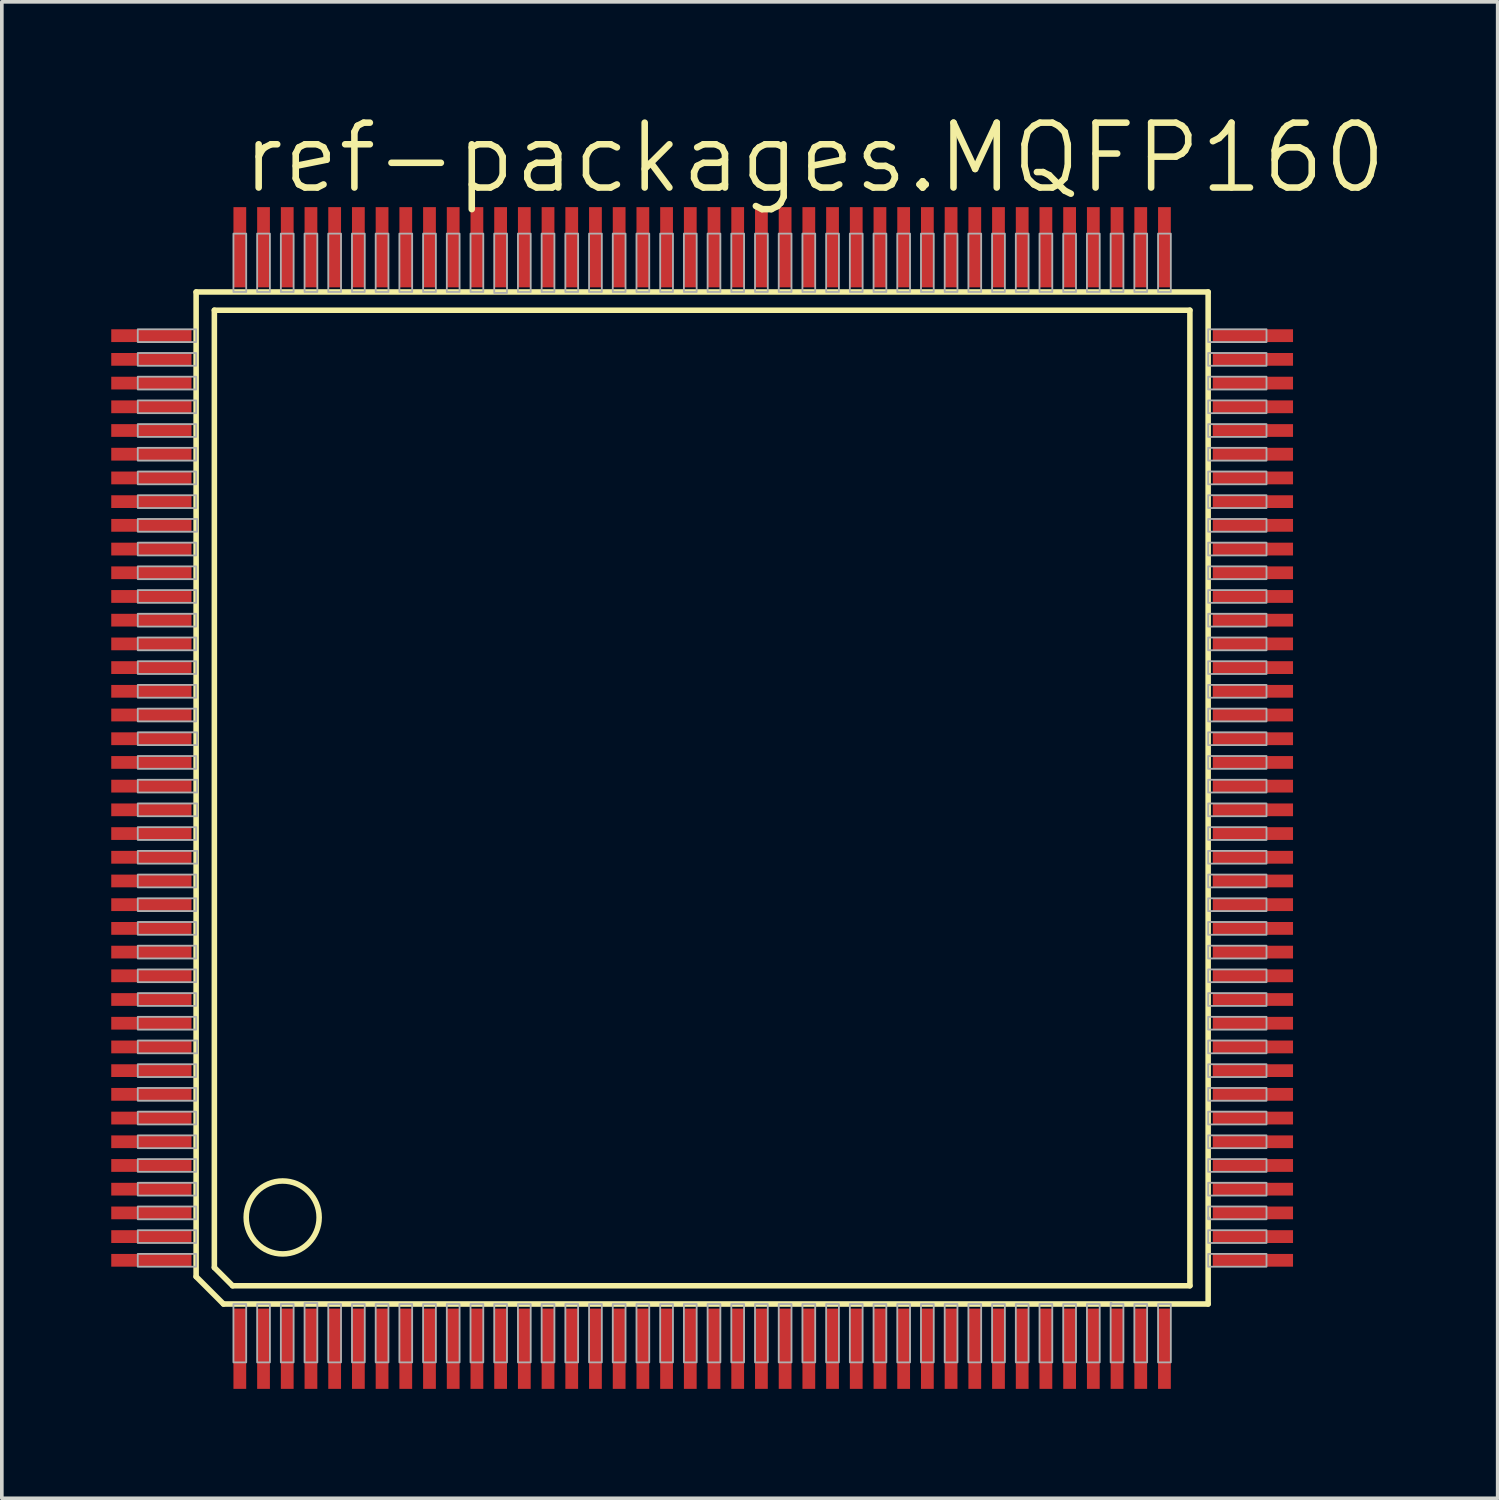
<source format=kicad_pcb>
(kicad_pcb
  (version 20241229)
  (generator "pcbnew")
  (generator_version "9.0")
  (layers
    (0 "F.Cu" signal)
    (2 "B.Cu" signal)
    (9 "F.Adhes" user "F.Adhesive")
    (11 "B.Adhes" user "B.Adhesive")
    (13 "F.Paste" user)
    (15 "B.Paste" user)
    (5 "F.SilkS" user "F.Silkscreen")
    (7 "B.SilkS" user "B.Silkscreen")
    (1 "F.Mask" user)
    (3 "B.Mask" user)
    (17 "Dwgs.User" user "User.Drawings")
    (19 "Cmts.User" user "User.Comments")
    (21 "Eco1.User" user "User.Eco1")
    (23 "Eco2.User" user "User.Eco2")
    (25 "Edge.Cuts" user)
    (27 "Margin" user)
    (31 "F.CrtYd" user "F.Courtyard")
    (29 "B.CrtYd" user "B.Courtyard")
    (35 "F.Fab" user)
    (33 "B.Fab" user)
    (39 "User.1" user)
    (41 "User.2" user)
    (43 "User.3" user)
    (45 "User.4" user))
  (footprint "ref-packages.MQFP160"
    (layer "F.Cu")
    (at 16.2 18.828)
    (property "Reference" "ref-packages.MQFP160" (at -12.7 -16.51 0) (layer "F.SilkS") (effects (font (size 1.778 1.778) (thickness 0.18)) (justify left bottom)))
    (attr smd)
    (fp_line (start -13.873 -13.873) (end -13.873 13.123) (stroke (width 0.152) (type default)) (layer "F.SilkS"))
    (fp_line (start -13.873 13.123) (end -13.123 13.873) (stroke (width 0.152) (type default)) (layer "F.SilkS"))
    (fp_line (start -13.373 -13.373) (end 13.373 -13.373) (stroke (width 0.152) (type default)) (layer "F.SilkS"))
    (fp_line (start -13.373 12.873) (end -13.373 -13.373) (stroke (width 0.152) (type default)) (layer "F.SilkS"))
    (fp_line (start -13.123 13.873) (end 13.873 13.873) (stroke (width 0.152) (type default)) (layer "F.SilkS"))
    (fp_line (start -12.873 13.373) (end -13.373 12.873) (stroke (width 0.152) (type default)) (layer "F.SilkS"))
    (fp_line (start 13.373 -13.373) (end 13.373 13.373) (stroke (width 0.152) (type default)) (layer "F.SilkS"))
    (fp_line (start 13.373 13.373) (end -12.873 13.373) (stroke (width 0.152) (type default)) (layer "F.SilkS"))
    (fp_line (start 13.873 -13.873) (end -13.873 -13.873) (stroke (width 0.152) (type default)) (layer "F.SilkS"))
    (fp_line (start 13.873 13.873) (end 13.873 -13.873) (stroke (width 0.152) (type default)) (layer "F.SilkS"))
    (fp_circle (center -11.5 11.5) (end -10.5 11.5) (stroke (width 0.152) (type default)) (fill no) (layer "F.SilkS"))
    (fp_rect (start -15.473 -12.5) (end -13.873 -12.85) (stroke (width 0.05) (type default)) (fill no) (layer "F.Fab"))
    (fp_rect (start -15.473 -11.85) (end -13.873 -12.2) (stroke (width 0.05) (type default)) (fill no) (layer "F.Fab"))
    (fp_rect (start -15.473 -11.2) (end -13.873 -11.55) (stroke (width 0.05) (type default)) (fill no) (layer "F.Fab"))
    (fp_rect (start -15.473 -10.55) (end -13.873 -10.9) (stroke (width 0.05) (type default)) (fill no) (layer "F.Fab"))
    (fp_rect (start -15.473 -9.9) (end -13.873 -10.25) (stroke (width 0.05) (type default)) (fill no) (layer "F.Fab"))
    (fp_rect (start -15.473 -9.25) (end -13.873 -9.6) (stroke (width 0.05) (type default)) (fill no) (layer "F.Fab"))
    (fp_rect (start -15.473 -8.6) (end -13.873 -8.95) (stroke (width 0.05) (type default)) (fill no) (layer "F.Fab"))
    (fp_rect (start -15.473 -7.95) (end -13.873 -8.3) (stroke (width 0.05) (type default)) (fill no) (layer "F.Fab"))
    (fp_rect (start -15.473 -7.3) (end -13.848 -7.65) (stroke (width 0.05) (type default)) (fill no) (layer "F.Fab"))
    (fp_rect (start -15.473 -6.65) (end -13.873 -7) (stroke (width 0.05) (type default)) (fill no) (layer "F.Fab"))
    (fp_rect (start -15.473 -6) (end -13.873 -6.35) (stroke (width 0.05) (type default)) (fill no) (layer "F.Fab"))
    (fp_rect (start -15.473 -5.35) (end -13.873 -5.7) (stroke (width 0.05) (type default)) (fill no) (layer "F.Fab"))
    (fp_rect (start -15.473 -4.7) (end -13.873 -5.05) (stroke (width 0.05) (type default)) (fill no) (layer "F.Fab"))
    (fp_rect (start -15.473 -4.05) (end -13.873 -4.4) (stroke (width 0.05) (type default)) (fill no) (layer "F.Fab"))
    (fp_rect (start -15.473 -3.4) (end -13.873 -3.75) (stroke (width 0.05) (type default)) (fill no) (layer "F.Fab"))
    (fp_rect (start -15.473 -2.75) (end -13.873 -3.1) (stroke (width 0.05) (type default)) (fill no) (layer "F.Fab"))
    (fp_rect (start -15.473 -2.1) (end -13.873 -2.45) (stroke (width 0.05) (type default)) (fill no) (layer "F.Fab"))
    (fp_rect (start -15.473 -1.45) (end -13.848 -1.8) (stroke (width 0.05) (type default)) (fill no) (layer "F.Fab"))
    (fp_rect (start -15.473 -0.8) (end -13.873 -1.15) (stroke (width 0.05) (type default)) (fill no) (layer "F.Fab"))
    (fp_rect (start -15.473 -0.15) (end -13.848 -0.5) (stroke (width 0.05) (type default)) (fill no) (layer "F.Fab"))
    (fp_rect (start -15.473 0.5) (end -13.848 0.15) (stroke (width 0.05) (type default)) (fill no) (layer "F.Fab"))
    (fp_rect (start -15.473 1.15) (end -13.873 0.8) (stroke (width 0.05) (type default)) (fill no) (layer "F.Fab"))
    (fp_rect (start -15.473 1.8) (end -13.848 1.45) (stroke (width 0.05) (type default)) (fill no) (layer "F.Fab"))
    (fp_rect (start -15.473 2.45) (end -13.873 2.1) (stroke (width 0.05) (type default)) (fill no) (layer "F.Fab"))
    (fp_rect (start -15.473 3.1) (end -13.873 2.75) (stroke (width 0.05) (type default)) (fill no) (layer "F.Fab"))
    (fp_rect (start -15.473 3.75) (end -13.873 3.4) (stroke (width 0.05) (type default)) (fill no) (layer "F.Fab"))
    (fp_rect (start -15.473 4.4) (end -13.873 4.05) (stroke (width 0.05) (type default)) (fill no) (layer "F.Fab"))
    (fp_rect (start -15.473 5.05) (end -13.873 4.7) (stroke (width 0.05) (type default)) (fill no) (layer "F.Fab"))
    (fp_rect (start -15.473 5.7) (end -13.873 5.35) (stroke (width 0.05) (type default)) (fill no) (layer "F.Fab"))
    (fp_rect (start -15.473 6.35) (end -13.873 6) (stroke (width 0.05) (type default)) (fill no) (layer "F.Fab"))
    (fp_rect (start -15.473 7) (end -13.848 6.65) (stroke (width 0.05) (type default)) (fill no) (layer "F.Fab"))
    (fp_rect (start -15.473 7.65) (end -13.873 7.3) (stroke (width 0.05) (type default)) (fill no) (layer "F.Fab"))
    (fp_rect (start -15.473 8.3) (end -13.873 7.95) (stroke (width 0.05) (type default)) (fill no) (layer "F.Fab"))
    (fp_rect (start -15.473 8.95) (end -13.873 8.6) (stroke (width 0.05) (type default)) (fill no) (layer "F.Fab"))
    (fp_rect (start -15.473 9.6) (end -13.873 9.25) (stroke (width 0.05) (type default)) (fill no) (layer "F.Fab"))
    (fp_rect (start -15.473 10.25) (end -13.873 9.9) (stroke (width 0.05) (type default)) (fill no) (layer "F.Fab"))
    (fp_rect (start -15.473 10.9) (end -13.873 10.55) (stroke (width 0.05) (type default)) (fill no) (layer "F.Fab"))
    (fp_rect (start -15.473 11.55) (end -13.873 11.2) (stroke (width 0.05) (type default)) (fill no) (layer "F.Fab"))
    (fp_rect (start -15.473 12.2) (end -13.873 11.85) (stroke (width 0.05) (type default)) (fill no) (layer "F.Fab"))
    (fp_rect (start -15.473 12.85) (end -13.873 12.5) (stroke (width 0.05) (type default)) (fill no) (layer "F.Fab"))
    (fp_rect (start -12.85 -13.873) (end -12.5 -15.473) (stroke (width 0.05) (type default)) (fill no) (layer "F.Fab"))
    (fp_rect (start -12.85 15.473) (end -12.5 13.873) (stroke (width 0.05) (type default)) (fill no) (layer "F.Fab"))
    (fp_rect (start -12.2 -13.873) (end -11.85 -15.473) (stroke (width 0.05) (type default)) (fill no) (layer "F.Fab"))
    (fp_rect (start -12.2 15.473) (end -11.85 13.873) (stroke (width 0.05) (type default)) (fill no) (layer "F.Fab"))
    (fp_rect (start -11.55 -13.873) (end -11.2 -15.473) (stroke (width 0.05) (type default)) (fill no) (layer "F.Fab"))
    (fp_rect (start -11.55 15.473) (end -11.2 13.873) (stroke (width 0.05) (type default)) (fill no) (layer "F.Fab"))
    (fp_rect (start -10.9 -13.873) (end -10.55 -15.473) (stroke (width 0.05) (type default)) (fill no) (layer "F.Fab"))
    (fp_rect (start -10.9 15.473) (end -10.55 13.848) (stroke (width 0.05) (type default)) (fill no) (layer "F.Fab"))
    (fp_rect (start -10.25 -13.873) (end -9.9 -15.473) (stroke (width 0.05) (type default)) (fill no) (layer "F.Fab"))
    (fp_rect (start -10.25 15.473) (end -9.9 13.873) (stroke (width 0.05) (type default)) (fill no) (layer "F.Fab"))
    (fp_rect (start -9.6 -13.873) (end -9.25 -15.473) (stroke (width 0.05) (type default)) (fill no) (layer "F.Fab"))
    (fp_rect (start -9.6 15.473) (end -9.25 13.873) (stroke (width 0.05) (type default)) (fill no) (layer "F.Fab"))
    (fp_rect (start -8.95 -13.873) (end -8.6 -15.473) (stroke (width 0.05) (type default)) (fill no) (layer "F.Fab"))
    (fp_rect (start -8.95 15.473) (end -8.6 13.873) (stroke (width 0.05) (type default)) (fill no) (layer "F.Fab"))
    (fp_rect (start -8.3 -13.873) (end -7.95 -15.473) (stroke (width 0.05) (type default)) (fill no) (layer "F.Fab"))
    (fp_rect (start -8.3 15.473) (end -7.95 13.873) (stroke (width 0.05) (type default)) (fill no) (layer "F.Fab"))
    (fp_rect (start -7.65 -13.873) (end -7.3 -15.473) (stroke (width 0.05) (type default)) (fill no) (layer "F.Fab"))
    (fp_rect (start -7.65 15.473) (end -7.3 13.873) (stroke (width 0.05) (type default)) (fill no) (layer "F.Fab"))
    (fp_rect (start -7 -13.873) (end -6.65 -15.473) (stroke (width 0.05) (type default)) (fill no) (layer "F.Fab"))
    (fp_rect (start -7 15.473) (end -6.65 13.873) (stroke (width 0.05) (type default)) (fill no) (layer "F.Fab"))
    (fp_rect (start -6.35 -13.873) (end -6 -15.473) (stroke (width 0.05) (type default)) (fill no) (layer "F.Fab"))
    (fp_rect (start -6.35 15.473) (end -6 13.873) (stroke (width 0.05) (type default)) (fill no) (layer "F.Fab"))
    (fp_rect (start -5.7 -13.848) (end -5.35 -15.473) (stroke (width 0.05) (type default)) (fill no) (layer "F.Fab"))
    (fp_rect (start -5.7 15.473) (end -5.35 13.873) (stroke (width 0.05) (type default)) (fill no) (layer "F.Fab"))
    (fp_rect (start -5.05 -13.873) (end -4.7 -15.473) (stroke (width 0.05) (type default)) (fill no) (layer "F.Fab"))
    (fp_rect (start -5.05 15.473) (end -4.7 13.873) (stroke (width 0.05) (type default)) (fill no) (layer "F.Fab"))
    (fp_rect (start -4.4 -13.873) (end -4.05 -15.473) (stroke (width 0.05) (type default)) (fill no) (layer "F.Fab"))
    (fp_rect (start -4.4 15.473) (end -4.05 13.873) (stroke (width 0.05) (type default)) (fill no) (layer "F.Fab"))
    (fp_rect (start -3.75 -13.873) (end -3.4 -15.473) (stroke (width 0.05) (type default)) (fill no) (layer "F.Fab"))
    (fp_rect (start -3.75 15.473) (end -3.4 13.873) (stroke (width 0.05) (type default)) (fill no) (layer "F.Fab"))
    (fp_rect (start -3.1 -13.873) (end -2.75 -15.473) (stroke (width 0.05) (type default)) (fill no) (layer "F.Fab"))
    (fp_rect (start -3.1 15.473) (end -2.75 13.873) (stroke (width 0.05) (type default)) (fill no) (layer "F.Fab"))
    (fp_rect (start -2.45 -13.873) (end -2.1 -15.473) (stroke (width 0.05) (type default)) (fill no) (layer "F.Fab"))
    (fp_rect (start -2.45 15.473) (end -2.1 13.873) (stroke (width 0.05) (type default)) (fill no) (layer "F.Fab"))
    (fp_rect (start -1.8 -13.873) (end -1.45 -15.473) (stroke (width 0.05) (type default)) (fill no) (layer "F.Fab"))
    (fp_rect (start -1.8 15.473) (end -1.45 13.873) (stroke (width 0.05) (type default)) (fill no) (layer "F.Fab"))
    (fp_rect (start -1.15 -13.873) (end -0.8 -15.473) (stroke (width 0.05) (type default)) (fill no) (layer "F.Fab"))
    (fp_rect (start -1.15 15.473) (end -0.8 13.873) (stroke (width 0.05) (type default)) (fill no) (layer "F.Fab"))
    (fp_rect (start -0.5 -13.873) (end -0.15 -15.473) (stroke (width 0.05) (type default)) (fill no) (layer "F.Fab"))
    (fp_rect (start -0.5 15.473) (end -0.15 13.873) (stroke (width 0.05) (type default)) (fill no) (layer "F.Fab"))
    (fp_rect (start 0.15 -13.873) (end 0.5 -15.473) (stroke (width 0.05) (type default)) (fill no) (layer "F.Fab"))
    (fp_rect (start 0.15 15.473) (end 0.5 13.873) (stroke (width 0.05) (type default)) (fill no) (layer "F.Fab"))
    (fp_rect (start 0.8 -13.873) (end 1.15 -15.473) (stroke (width 0.05) (type default)) (fill no) (layer "F.Fab"))
    (fp_rect (start 0.8 15.473) (end 1.15 13.873) (stroke (width 0.05) (type default)) (fill no) (layer "F.Fab"))
    (fp_rect (start 1.45 -13.873) (end 1.8 -15.473) (stroke (width 0.05) (type default)) (fill no) (layer "F.Fab"))
    (fp_rect (start 1.45 15.473) (end 1.8 13.873) (stroke (width 0.05) (type default)) (fill no) (layer "F.Fab"))
    (fp_rect (start 2.1 -13.873) (end 2.45 -15.473) (stroke (width 0.05) (type default)) (fill no) (layer "F.Fab"))
    (fp_rect (start 2.1 15.473) (end 2.45 13.873) (stroke (width 0.05) (type default)) (fill no) (layer "F.Fab"))
    (fp_rect (start 2.75 -13.873) (end 3.1 -15.473) (stroke (width 0.05) (type default)) (fill no) (layer "F.Fab"))
    (fp_rect (start 2.75 15.473) (end 3.1 13.873) (stroke (width 0.05) (type default)) (fill no) (layer "F.Fab"))
    (fp_rect (start 3.4 -13.873) (end 3.75 -15.473) (stroke (width 0.05) (type default)) (fill no) (layer "F.Fab"))
    (fp_rect (start 3.4 15.473) (end 3.75 13.873) (stroke (width 0.05) (type default)) (fill no) (layer "F.Fab"))
    (fp_rect (start 4.05 -13.873) (end 4.4 -15.473) (stroke (width 0.05) (type default)) (fill no) (layer "F.Fab"))
    (fp_rect (start 4.05 15.473) (end 4.4 13.873) (stroke (width 0.05) (type default)) (fill no) (layer "F.Fab"))
    (fp_rect (start 4.7 -13.873) (end 5.05 -15.473) (stroke (width 0.05) (type default)) (fill no) (layer "F.Fab"))
    (fp_rect (start 4.7 15.473) (end 5.05 13.873) (stroke (width 0.05) (type default)) (fill no) (layer "F.Fab"))
    (fp_rect (start 5.35 -13.873) (end 5.7 -15.473) (stroke (width 0.05) (type default)) (fill no) (layer "F.Fab"))
    (fp_rect (start 5.35 15.473) (end 5.7 13.873) (stroke (width 0.05) (type default)) (fill no) (layer "F.Fab"))
    (fp_rect (start 6 -13.873) (end 6.35 -15.473) (stroke (width 0.05) (type default)) (fill no) (layer "F.Fab"))
    (fp_rect (start 6 15.473) (end 6.35 13.873) (stroke (width 0.05) (type default)) (fill no) (layer "F.Fab"))
    (fp_rect (start 6.65 -13.873) (end 7 -15.473) (stroke (width 0.05) (type default)) (fill no) (layer "F.Fab"))
    (fp_rect (start 6.65 15.473) (end 7 13.873) (stroke (width 0.05) (type default)) (fill no) (layer "F.Fab"))
    (fp_rect (start 7.3 -13.873) (end 7.65 -15.473) (stroke (width 0.05) (type default)) (fill no) (layer "F.Fab"))
    (fp_rect (start 7.3 15.473) (end 7.65 13.873) (stroke (width 0.05) (type default)) (fill no) (layer "F.Fab"))
    (fp_rect (start 7.95 -13.873) (end 8.3 -15.473) (stroke (width 0.05) (type default)) (fill no) (layer "F.Fab"))
    (fp_rect (start 7.95 15.473) (end 8.3 13.873) (stroke (width 0.05) (type default)) (fill no) (layer "F.Fab"))
    (fp_rect (start 8.6 -13.873) (end 8.95 -15.473) (stroke (width 0.05) (type default)) (fill no) (layer "F.Fab"))
    (fp_rect (start 8.6 15.473) (end 8.95 13.873) (stroke (width 0.05) (type default)) (fill no) (layer "F.Fab"))
    (fp_rect (start 9.25 -13.873) (end 9.6 -15.473) (stroke (width 0.05) (type default)) (fill no) (layer "F.Fab"))
    (fp_rect (start 9.25 15.473) (end 9.6 13.873) (stroke (width 0.05) (type default)) (fill no) (layer "F.Fab"))
    (fp_rect (start 9.9 -13.873) (end 10.25 -15.473) (stroke (width 0.05) (type default)) (fill no) (layer "F.Fab"))
    (fp_rect (start 9.9 15.473) (end 10.25 13.873) (stroke (width 0.05) (type default)) (fill no) (layer "F.Fab"))
    (fp_rect (start 10.55 -13.873) (end 10.9 -15.473) (stroke (width 0.05) (type default)) (fill no) (layer "F.Fab"))
    (fp_rect (start 10.55 15.473) (end 10.9 13.873) (stroke (width 0.05) (type default)) (fill no) (layer "F.Fab"))
    (fp_rect (start 11.2 -13.873) (end 11.55 -15.473) (stroke (width 0.05) (type default)) (fill no) (layer "F.Fab"))
    (fp_rect (start 11.2 13.873) (end 11.225 13.848) (stroke (width 0.05) (type default)) (fill no) (layer "F.Fab"))
    (fp_rect (start 11.2 15.473) (end 11.55 13.873) (stroke (width 0.05) (type default)) (fill no) (layer "F.Fab"))
    (fp_rect (start 11.85 -13.873) (end 12.2 -15.473) (stroke (width 0.05) (type default)) (fill no) (layer "F.Fab"))
    (fp_rect (start 11.85 15.473) (end 12.2 13.873) (stroke (width 0.05) (type default)) (fill no) (layer "F.Fab"))
    (fp_rect (start 12.5 -13.873) (end 12.85 -15.473) (stroke (width 0.05) (type default)) (fill no) (layer "F.Fab"))
    (fp_rect (start 12.5 15.473) (end 12.85 13.873) (stroke (width 0.05) (type default)) (fill no) (layer "F.Fab"))
    (fp_rect (start 13.873 -12.5) (end 15.473 -12.85) (stroke (width 0.05) (type default)) (fill no) (layer "F.Fab"))
    (fp_rect (start 13.873 -11.85) (end 15.473 -12.2) (stroke (width 0.05) (type default)) (fill no) (layer "F.Fab"))
    (fp_rect (start 13.873 -11.2) (end 15.473 -11.55) (stroke (width 0.05) (type default)) (fill no) (layer "F.Fab"))
    (fp_rect (start 13.873 -10.55) (end 15.473 -10.9) (stroke (width 0.05) (type default)) (fill no) (layer "F.Fab"))
    (fp_rect (start 13.873 -9.9) (end 15.473 -10.25) (stroke (width 0.05) (type default)) (fill no) (layer "F.Fab"))
    (fp_rect (start 13.873 -9.25) (end 15.473 -9.6) (stroke (width 0.05) (type default)) (fill no) (layer "F.Fab"))
    (fp_rect (start 13.873 -8.6) (end 15.473 -8.95) (stroke (width 0.05) (type default)) (fill no) (layer "F.Fab"))
    (fp_rect (start 13.873 -7.95) (end 15.473 -8.3) (stroke (width 0.05) (type default)) (fill no) (layer "F.Fab"))
    (fp_rect (start 13.873 -7.3) (end 15.473 -7.65) (stroke (width 0.05) (type default)) (fill no) (layer "F.Fab"))
    (fp_rect (start 13.873 -6.65) (end 15.473 -7) (stroke (width 0.05) (type default)) (fill no) (layer "F.Fab"))
    (fp_rect (start 13.873 -6) (end 15.473 -6.35) (stroke (width 0.05) (type default)) (fill no) (layer "F.Fab"))
    (fp_rect (start 13.873 -5.35) (end 15.473 -5.7) (stroke (width 0.05) (type default)) (fill no) (layer "F.Fab"))
    (fp_rect (start 13.873 -4.7) (end 15.473 -5.05) (stroke (width 0.05) (type default)) (fill no) (layer "F.Fab"))
    (fp_rect (start 13.873 -4.05) (end 15.473 -4.4) (stroke (width 0.05) (type default)) (fill no) (layer "F.Fab"))
    (fp_rect (start 13.873 -3.4) (end 15.473 -3.75) (stroke (width 0.05) (type default)) (fill no) (layer "F.Fab"))
    (fp_rect (start 13.873 -2.75) (end 15.473 -3.1) (stroke (width 0.05) (type default)) (fill no) (layer "F.Fab"))
    (fp_rect (start 13.873 -2.1) (end 15.473 -2.45) (stroke (width 0.05) (type default)) (fill no) (layer "F.Fab"))
    (fp_rect (start 13.873 -1.45) (end 15.473 -1.8) (stroke (width 0.05) (type default)) (fill no) (layer "F.Fab"))
    (fp_rect (start 13.873 -0.8) (end 15.473 -1.15) (stroke (width 0.05) (type default)) (fill no) (layer "F.Fab"))
    (fp_rect (start 13.873 -0.15) (end 15.473 -0.5) (stroke (width 0.05) (type default)) (fill no) (layer "F.Fab"))
    (fp_rect (start 13.873 0.5) (end 15.473 0.15) (stroke (width 0.05) (type default)) (fill no) (layer "F.Fab"))
    (fp_rect (start 13.873 1.15) (end 15.473 0.8) (stroke (width 0.05) (type default)) (fill no) (layer "F.Fab"))
    (fp_rect (start 13.873 1.8) (end 15.473 1.45) (stroke (width 0.05) (type default)) (fill no) (layer "F.Fab"))
    (fp_rect (start 13.873 2.45) (end 15.473 2.1) (stroke (width 0.05) (type default)) (fill no) (layer "F.Fab"))
    (fp_rect (start 13.873 3.1) (end 15.473 2.75) (stroke (width 0.05) (type default)) (fill no) (layer "F.Fab"))
    (fp_rect (start 13.873 3.75) (end 15.473 3.4) (stroke (width 0.05) (type default)) (fill no) (layer "F.Fab"))
    (fp_rect (start 13.873 4.4) (end 15.473 4.05) (stroke (width 0.05) (type default)) (fill no) (layer "F.Fab"))
    (fp_rect (start 13.873 5.05) (end 15.473 4.7) (stroke (width 0.05) (type default)) (fill no) (layer "F.Fab"))
    (fp_rect (start 13.873 5.7) (end 15.473 5.35) (stroke (width 0.05) (type default)) (fill no) (layer "F.Fab"))
    (fp_rect (start 13.873 6.35) (end 15.473 6) (stroke (width 0.05) (type default)) (fill no) (layer "F.Fab"))
    (fp_rect (start 13.873 7) (end 15.473 6.65) (stroke (width 0.05) (type default)) (fill no) (layer "F.Fab"))
    (fp_rect (start 13.873 7.65) (end 15.473 7.3) (stroke (width 0.05) (type default)) (fill no) (layer "F.Fab"))
    (fp_rect (start 13.873 8.3) (end 15.473 7.95) (stroke (width 0.05) (type default)) (fill no) (layer "F.Fab"))
    (fp_rect (start 13.873 8.95) (end 15.473 8.6) (stroke (width 0.05) (type default)) (fill no) (layer "F.Fab"))
    (fp_rect (start 13.873 9.6) (end 15.473 9.25) (stroke (width 0.05) (type default)) (fill no) (layer "F.Fab"))
    (fp_rect (start 13.873 10.25) (end 15.473 9.9) (stroke (width 0.05) (type default)) (fill no) (layer "F.Fab"))
    (fp_rect (start 13.873 10.9) (end 15.473 10.55) (stroke (width 0.05) (type default)) (fill no) (layer "F.Fab"))
    (fp_rect (start 13.873 11.525) (end 13.898 11.5) (stroke (width 0.05) (type default)) (fill no) (layer "F.Fab"))
    (fp_rect (start 13.873 11.55) (end 15.473 11.2) (stroke (width 0.05) (type default)) (fill no) (layer "F.Fab"))
    (fp_rect (start 13.873 12.2) (end 15.473 11.85) (stroke (width 0.05) (type default)) (fill no) (layer "F.Fab"))
    (fp_rect (start 13.873 12.85) (end 15.473 12.5) (stroke (width 0.05) (type default)) (fill no) (layer "F.Fab"))
    (pad "1" smd roundrect (at -12.675 15.1) (size 0.35 2.2) (layers "F.Cu" "F.Mask" "F.Paste") (roundrect_rratio 0.01))
    (pad "2" smd roundrect (at -12.025 15.1) (size 0.35 2.2) (layers "F.Cu" "F.Mask" "F.Paste") (roundrect_rratio 0.01))
    (pad "3" smd roundrect (at -11.375 15.1) (size 0.35 2.2) (layers "F.Cu" "F.Mask" "F.Paste") (roundrect_rratio 0.01))
    (pad "4" smd roundrect (at -10.725 15.1) (size 0.35 2.2) (layers "F.Cu" "F.Mask" "F.Paste") (roundrect_rratio 0.01))
    (pad "5" smd roundrect (at -10.075 15.1) (size 0.35 2.2) (layers "F.Cu" "F.Mask" "F.Paste") (roundrect_rratio 0.01))
    (pad "6" smd roundrect (at -9.425 15.1) (size 0.35 2.2) (layers "F.Cu" "F.Mask" "F.Paste") (roundrect_rratio 0.01))
    (pad "7" smd roundrect (at -8.775 15.1) (size 0.35 2.2) (layers "F.Cu" "F.Mask" "F.Paste") (roundrect_rratio 0.01))
    (pad "8" smd roundrect (at -8.125 15.1) (size 0.35 2.2) (layers "F.Cu" "F.Mask" "F.Paste") (roundrect_rratio 0.01))
    (pad "9" smd roundrect (at -7.475 15.1) (size 0.35 2.2) (layers "F.Cu" "F.Mask" "F.Paste") (roundrect_rratio 0.01))
    (pad "10" smd roundrect (at -6.825 15.1) (size 0.35 2.2) (layers "F.Cu" "F.Mask" "F.Paste") (roundrect_rratio 0.01))
    (pad "11" smd roundrect (at -6.175 15.1) (size 0.35 2.2) (layers "F.Cu" "F.Mask" "F.Paste") (roundrect_rratio 0.01))
    (pad "12" smd roundrect (at -5.525 15.1) (size 0.35 2.2) (layers "F.Cu" "F.Mask" "F.Paste") (roundrect_rratio 0.01))
    (pad "13" smd roundrect (at -4.875 15.1) (size 0.35 2.2) (layers "F.Cu" "F.Mask" "F.Paste") (roundrect_rratio 0.01))
    (pad "14" smd roundrect (at -4.225 15.1) (size 0.35 2.2) (layers "F.Cu" "F.Mask" "F.Paste") (roundrect_rratio 0.01))
    (pad "15" smd roundrect (at -3.575 15.1) (size 0.35 2.2) (layers "F.Cu" "F.Mask" "F.Paste") (roundrect_rratio 0.01))
    (pad "16" smd roundrect (at -2.925 15.1) (size 0.35 2.2) (layers "F.Cu" "F.Mask" "F.Paste") (roundrect_rratio 0.01))
    (pad "17" smd roundrect (at -2.275 15.1) (size 0.35 2.2) (layers "F.Cu" "F.Mask" "F.Paste") (roundrect_rratio 0.01))
    (pad "18" smd roundrect (at -1.625 15.1) (size 0.35 2.2) (layers "F.Cu" "F.Mask" "F.Paste") (roundrect_rratio 0.01))
    (pad "19" smd roundrect (at -0.975 15.1) (size 0.35 2.2) (layers "F.Cu" "F.Mask" "F.Paste") (roundrect_rratio 0.01))
    (pad "20" smd roundrect (at -0.325 15.1) (size 0.35 2.2) (layers "F.Cu" "F.Mask" "F.Paste") (roundrect_rratio 0.01))
    (pad "21" smd roundrect (at 0.325 15.1) (size 0.35 2.2) (layers "F.Cu" "F.Mask" "F.Paste") (roundrect_rratio 0.01))
    (pad "22" smd roundrect (at 0.975 15.1) (size 0.35 2.2) (layers "F.Cu" "F.Mask" "F.Paste") (roundrect_rratio 0.01))
    (pad "23" smd roundrect (at 1.625 15.1) (size 0.35 2.2) (layers "F.Cu" "F.Mask" "F.Paste") (roundrect_rratio 0.01))
    (pad "24" smd roundrect (at 2.275 15.1) (size 0.35 2.2) (layers "F.Cu" "F.Mask" "F.Paste") (roundrect_rratio 0.01))
    (pad "25" smd roundrect (at 2.925 15.1) (size 0.35 2.2) (layers "F.Cu" "F.Mask" "F.Paste") (roundrect_rratio 0.01))
    (pad "26" smd roundrect (at 3.575 15.1) (size 0.35 2.2) (layers "F.Cu" "F.Mask" "F.Paste") (roundrect_rratio 0.01))
    (pad "27" smd roundrect (at 4.225 15.1) (size 0.35 2.2) (layers "F.Cu" "F.Mask" "F.Paste") (roundrect_rratio 0.01))
    (pad "28" smd roundrect (at 4.875 15.1) (size 0.35 2.2) (layers "F.Cu" "F.Mask" "F.Paste") (roundrect_rratio 0.01))
    (pad "29" smd roundrect (at 5.525 15.1) (size 0.35 2.2) (layers "F.Cu" "F.Mask" "F.Paste") (roundrect_rratio 0.01))
    (pad "30" smd roundrect (at 6.175 15.1) (size 0.35 2.2) (layers "F.Cu" "F.Mask" "F.Paste") (roundrect_rratio 0.01))
    (pad "31" smd roundrect (at 6.825 15.1) (size 0.35 2.2) (layers "F.Cu" "F.Mask" "F.Paste") (roundrect_rratio 0.01))
    (pad "32" smd roundrect (at 7.475 15.1) (size 0.35 2.2) (layers "F.Cu" "F.Mask" "F.Paste") (roundrect_rratio 0.01))
    (pad "33" smd roundrect (at 8.125 15.1) (size 0.35 2.2) (layers "F.Cu" "F.Mask" "F.Paste") (roundrect_rratio 0.01))
    (pad "34" smd roundrect (at 8.775 15.1) (size 0.35 2.2) (layers "F.Cu" "F.Mask" "F.Paste") (roundrect_rratio 0.01))
    (pad "35" smd roundrect (at 9.425 15.1) (size 0.35 2.2) (layers "F.Cu" "F.Mask" "F.Paste") (roundrect_rratio 0.01))
    (pad "36" smd roundrect (at 10.075 15.1) (size 0.35 2.2) (layers "F.Cu" "F.Mask" "F.Paste") (roundrect_rratio 0.01))
    (pad "37" smd roundrect (at 10.725 15.1) (size 0.35 2.2) (layers "F.Cu" "F.Mask" "F.Paste") (roundrect_rratio 0.01))
    (pad "38" smd roundrect (at 11.375 15.1) (size 0.35 2.2) (layers "F.Cu" "F.Mask" "F.Paste") (roundrect_rratio 0.01))
    (pad "39" smd roundrect (at 12.025 15.1) (size 0.35 2.2) (layers "F.Cu" "F.Mask" "F.Paste") (roundrect_rratio 0.01))
    (pad "40" smd roundrect (at 12.675 15.1) (size 0.35 2.2) (layers "F.Cu" "F.Mask" "F.Paste") (roundrect_rratio 0.01))
    (pad "41" smd roundrect (at 15.1 12.675) (size 2.2 0.35) (layers "F.Cu" "F.Mask" "F.Paste") (roundrect_rratio 0.01))
    (pad "42" smd roundrect (at 15.1 12.025) (size 2.2 0.35) (layers "F.Cu" "F.Mask" "F.Paste") (roundrect_rratio 0.01))
    (pad "43" smd roundrect (at 15.1 11.375) (size 2.2 0.35) (layers "F.Cu" "F.Mask" "F.Paste") (roundrect_rratio 0.01))
    (pad "44" smd roundrect (at 15.1 10.725) (size 2.2 0.35) (layers "F.Cu" "F.Mask" "F.Paste") (roundrect_rratio 0.01))
    (pad "45" smd roundrect (at 15.1 10.075) (size 2.2 0.35) (layers "F.Cu" "F.Mask" "F.Paste") (roundrect_rratio 0.01))
    (pad "46" smd roundrect (at 15.1 9.425) (size 2.2 0.35) (layers "F.Cu" "F.Mask" "F.Paste") (roundrect_rratio 0.01))
    (pad "47" smd roundrect (at 15.1 8.775) (size 2.2 0.35) (layers "F.Cu" "F.Mask" "F.Paste") (roundrect_rratio 0.01))
    (pad "48" smd roundrect (at 15.1 8.125) (size 2.2 0.35) (layers "F.Cu" "F.Mask" "F.Paste") (roundrect_rratio 0.01))
    (pad "49" smd roundrect (at 15.1 7.475) (size 2.2 0.35) (layers "F.Cu" "F.Mask" "F.Paste") (roundrect_rratio 0.01))
    (pad "50" smd roundrect (at 15.1 6.825) (size 2.2 0.35) (layers "F.Cu" "F.Mask" "F.Paste") (roundrect_rratio 0.01))
    (pad "51" smd roundrect (at 15.1 6.175) (size 2.2 0.35) (layers "F.Cu" "F.Mask" "F.Paste") (roundrect_rratio 0.01))
    (pad "52" smd roundrect (at 15.1 5.525) (size 2.2 0.35) (layers "F.Cu" "F.Mask" "F.Paste") (roundrect_rratio 0.01))
    (pad "53" smd roundrect (at 15.1 4.875) (size 2.2 0.35) (layers "F.Cu" "F.Mask" "F.Paste") (roundrect_rratio 0.01))
    (pad "54" smd roundrect (at 15.1 4.225) (size 2.2 0.35) (layers "F.Cu" "F.Mask" "F.Paste") (roundrect_rratio 0.01))
    (pad "55" smd roundrect (at 15.1 3.575) (size 2.2 0.35) (layers "F.Cu" "F.Mask" "F.Paste") (roundrect_rratio 0.01))
    (pad "56" smd roundrect (at 15.1 2.925) (size 2.2 0.35) (layers "F.Cu" "F.Mask" "F.Paste") (roundrect_rratio 0.01))
    (pad "57" smd roundrect (at 15.1 2.275) (size 2.2 0.35) (layers "F.Cu" "F.Mask" "F.Paste") (roundrect_rratio 0.01))
    (pad "58" smd roundrect (at 15.1 1.625) (size 2.2 0.35) (layers "F.Cu" "F.Mask" "F.Paste") (roundrect_rratio 0.01))
    (pad "59" smd roundrect (at 15.1 0.975) (size 2.2 0.35) (layers "F.Cu" "F.Mask" "F.Paste") (roundrect_rratio 0.01))
    (pad "60" smd roundrect (at 15.1 0.325) (size 2.2 0.35) (layers "F.Cu" "F.Mask" "F.Paste") (roundrect_rratio 0.01))
    (pad "61" smd roundrect (at 15.1 -0.325) (size 2.2 0.35) (layers "F.Cu" "F.Mask" "F.Paste") (roundrect_rratio 0.01))
    (pad "62" smd roundrect (at 15.1 -0.975) (size 2.2 0.35) (layers "F.Cu" "F.Mask" "F.Paste") (roundrect_rratio 0.01))
    (pad "63" smd roundrect (at 15.1 -1.625) (size 2.2 0.35) (layers "F.Cu" "F.Mask" "F.Paste") (roundrect_rratio 0.01))
    (pad "64" smd roundrect (at 15.1 -2.275) (size 2.2 0.35) (layers "F.Cu" "F.Mask" "F.Paste") (roundrect_rratio 0.01))
    (pad "65" smd roundrect (at 15.1 -2.925) (size 2.2 0.35) (layers "F.Cu" "F.Mask" "F.Paste") (roundrect_rratio 0.01))
    (pad "66" smd roundrect (at 15.1 -3.575) (size 2.2 0.35) (layers "F.Cu" "F.Mask" "F.Paste") (roundrect_rratio 0.01))
    (pad "67" smd roundrect (at 15.1 -4.225) (size 2.2 0.35) (layers "F.Cu" "F.Mask" "F.Paste") (roundrect_rratio 0.01))
    (pad "68" smd roundrect (at 15.1 -4.875) (size 2.2 0.35) (layers "F.Cu" "F.Mask" "F.Paste") (roundrect_rratio 0.01))
    (pad "69" smd roundrect (at 15.1 -5.525) (size 2.2 0.35) (layers "F.Cu" "F.Mask" "F.Paste") (roundrect_rratio 0.01))
    (pad "70" smd roundrect (at 15.1 -6.175) (size 2.2 0.35) (layers "F.Cu" "F.Mask" "F.Paste") (roundrect_rratio 0.01))
    (pad "71" smd roundrect (at 15.1 -6.825) (size 2.2 0.35) (layers "F.Cu" "F.Mask" "F.Paste") (roundrect_rratio 0.01))
    (pad "72" smd roundrect (at 15.1 -7.475) (size 2.2 0.35) (layers "F.Cu" "F.Mask" "F.Paste") (roundrect_rratio 0.01))
    (pad "73" smd roundrect (at 15.1 -8.125) (size 2.2 0.35) (layers "F.Cu" "F.Mask" "F.Paste") (roundrect_rratio 0.01))
    (pad "74" smd roundrect (at 15.1 -8.775) (size 2.2 0.35) (layers "F.Cu" "F.Mask" "F.Paste") (roundrect_rratio 0.01))
    (pad "75" smd roundrect (at 15.1 -9.425) (size 2.2 0.35) (layers "F.Cu" "F.Mask" "F.Paste") (roundrect_rratio 0.01))
    (pad "76" smd roundrect (at 15.1 -10.075) (size 2.2 0.35) (layers "F.Cu" "F.Mask" "F.Paste") (roundrect_rratio 0.01))
    (pad "77" smd roundrect (at 15.1 -10.725) (size 2.2 0.35) (layers "F.Cu" "F.Mask" "F.Paste") (roundrect_rratio 0.01))
    (pad "78" smd roundrect (at 15.1 -11.375) (size 2.2 0.35) (layers "F.Cu" "F.Mask" "F.Paste") (roundrect_rratio 0.01))
    (pad "79" smd roundrect (at 15.1 -12.025) (size 2.2 0.35) (layers "F.Cu" "F.Mask" "F.Paste") (roundrect_rratio 0.01))
    (pad "80" smd roundrect (at 15.1 -12.675) (size 2.2 0.35) (layers "F.Cu" "F.Mask" "F.Paste") (roundrect_rratio 0.01))
    (pad "81" smd roundrect (at 12.675 -15.1) (size 0.35 2.2) (layers "F.Cu" "F.Mask" "F.Paste") (roundrect_rratio 0.01))
    (pad "82" smd roundrect (at 12.025 -15.1) (size 0.35 2.2) (layers "F.Cu" "F.Mask" "F.Paste") (roundrect_rratio 0.01))
    (pad "83" smd roundrect (at 11.375 -15.1) (size 0.35 2.2) (layers "F.Cu" "F.Mask" "F.Paste") (roundrect_rratio 0.01))
    (pad "84" smd roundrect (at 10.725 -15.1) (size 0.35 2.2) (layers "F.Cu" "F.Mask" "F.Paste") (roundrect_rratio 0.01))
    (pad "85" smd roundrect (at 10.075 -15.1) (size 0.35 2.2) (layers "F.Cu" "F.Mask" "F.Paste") (roundrect_rratio 0.01))
    (pad "86" smd roundrect (at 9.425 -15.1) (size 0.35 2.2) (layers "F.Cu" "F.Mask" "F.Paste") (roundrect_rratio 0.01))
    (pad "87" smd roundrect (at 8.775 -15.1) (size 0.35 2.2) (layers "F.Cu" "F.Mask" "F.Paste") (roundrect_rratio 0.01))
    (pad "88" smd roundrect (at 8.125 -15.1) (size 0.35 2.2) (layers "F.Cu" "F.Mask" "F.Paste") (roundrect_rratio 0.01))
    (pad "89" smd roundrect (at 7.475 -15.1) (size 0.35 2.2) (layers "F.Cu" "F.Mask" "F.Paste") (roundrect_rratio 0.01))
    (pad "90" smd roundrect (at 6.825 -15.1) (size 0.35 2.2) (layers "F.Cu" "F.Mask" "F.Paste") (roundrect_rratio 0.01))
    (pad "91" smd roundrect (at 6.175 -15.1) (size 0.35 2.2) (layers "F.Cu" "F.Mask" "F.Paste") (roundrect_rratio 0.01))
    (pad "92" smd roundrect (at 5.525 -15.1) (size 0.35 2.2) (layers "F.Cu" "F.Mask" "F.Paste") (roundrect_rratio 0.01))
    (pad "93" smd roundrect (at 4.875 -15.1) (size 0.35 2.2) (layers "F.Cu" "F.Mask" "F.Paste") (roundrect_rratio 0.01))
    (pad "94" smd roundrect (at 4.225 -15.1) (size 0.35 2.2) (layers "F.Cu" "F.Mask" "F.Paste") (roundrect_rratio 0.01))
    (pad "95" smd roundrect (at 3.575 -15.1) (size 0.35 2.2) (layers "F.Cu" "F.Mask" "F.Paste") (roundrect_rratio 0.01))
    (pad "96" smd roundrect (at 2.925 -15.1) (size 0.35 2.2) (layers "F.Cu" "F.Mask" "F.Paste") (roundrect_rratio 0.01))
    (pad "97" smd roundrect (at 2.275 -15.1) (size 0.35 2.2) (layers "F.Cu" "F.Mask" "F.Paste") (roundrect_rratio 0.01))
    (pad "98" smd roundrect (at 1.625 -15.1) (size 0.35 2.2) (layers "F.Cu" "F.Mask" "F.Paste") (roundrect_rratio 0.01))
    (pad "99" smd roundrect (at 0.975 -15.1) (size 0.35 2.2) (layers "F.Cu" "F.Mask" "F.Paste") (roundrect_rratio 0.01))
    (pad "100" smd roundrect (at 0.325 -15.1) (size 0.35 2.2) (layers "F.Cu" "F.Mask" "F.Paste") (roundrect_rratio 0.01))
    (pad "101" smd roundrect (at -0.325 -15.1) (size 0.35 2.2) (layers "F.Cu" "F.Mask" "F.Paste") (roundrect_rratio 0.01))
    (pad "102" smd roundrect (at -0.975 -15.1) (size 0.35 2.2) (layers "F.Cu" "F.Mask" "F.Paste") (roundrect_rratio 0.01))
    (pad "103" smd roundrect (at -1.625 -15.1) (size 0.35 2.2) (layers "F.Cu" "F.Mask" "F.Paste") (roundrect_rratio 0.01))
    (pad "104" smd roundrect (at -2.275 -15.1) (size 0.35 2.2) (layers "F.Cu" "F.Mask" "F.Paste") (roundrect_rratio 0.01))
    (pad "105" smd roundrect (at -2.925 -15.1) (size 0.35 2.2) (layers "F.Cu" "F.Mask" "F.Paste") (roundrect_rratio 0.01))
    (pad "106" smd roundrect (at -3.575 -15.1) (size 0.35 2.2) (layers "F.Cu" "F.Mask" "F.Paste") (roundrect_rratio 0.01))
    (pad "107" smd roundrect (at -4.225 -15.1) (size 0.35 2.2) (layers "F.Cu" "F.Mask" "F.Paste") (roundrect_rratio 0.01))
    (pad "108" smd roundrect (at -4.875 -15.1) (size 0.35 2.2) (layers "F.Cu" "F.Mask" "F.Paste") (roundrect_rratio 0.01))
    (pad "109" smd roundrect (at -5.525 -15.1) (size 0.35 2.2) (layers "F.Cu" "F.Mask" "F.Paste") (roundrect_rratio 0.01))
    (pad "110" smd roundrect (at -6.175 -15.1) (size 0.35 2.2) (layers "F.Cu" "F.Mask" "F.Paste") (roundrect_rratio 0.01))
    (pad "111" smd roundrect (at -6.825 -15.1) (size 0.35 2.2) (layers "F.Cu" "F.Mask" "F.Paste") (roundrect_rratio 0.01))
    (pad "112" smd roundrect (at -7.475 -15.1) (size 0.35 2.2) (layers "F.Cu" "F.Mask" "F.Paste") (roundrect_rratio 0.01))
    (pad "113" smd roundrect (at -8.125 -15.1) (size 0.35 2.2) (layers "F.Cu" "F.Mask" "F.Paste") (roundrect_rratio 0.01))
    (pad "114" smd roundrect (at -8.775 -15.1) (size 0.35 2.2) (layers "F.Cu" "F.Mask" "F.Paste") (roundrect_rratio 0.01))
    (pad "115" smd roundrect (at -9.425 -15.1) (size 0.35 2.2) (layers "F.Cu" "F.Mask" "F.Paste") (roundrect_rratio 0.01))
    (pad "116" smd roundrect (at -10.075 -15.1) (size 0.35 2.2) (layers "F.Cu" "F.Mask" "F.Paste") (roundrect_rratio 0.01))
    (pad "117" smd roundrect (at -10.725 -15.1) (size 0.35 2.2) (layers "F.Cu" "F.Mask" "F.Paste") (roundrect_rratio 0.01))
    (pad "118" smd roundrect (at -11.375 -15.1) (size 0.35 2.2) (layers "F.Cu" "F.Mask" "F.Paste") (roundrect_rratio 0.01))
    (pad "119" smd roundrect (at -12.025 -15.1) (size 0.35 2.2) (layers "F.Cu" "F.Mask" "F.Paste") (roundrect_rratio 0.01))
    (pad "120" smd roundrect (at -12.675 -15.1) (size 0.35 2.2) (layers "F.Cu" "F.Mask" "F.Paste") (roundrect_rratio 0.01))
    (pad "121" smd roundrect (at -15.1 -12.675) (size 2.2 0.35) (layers "F.Cu" "F.Mask" "F.Paste") (roundrect_rratio 0.01))
    (pad "122" smd roundrect (at -15.1 -12.025) (size 2.2 0.35) (layers "F.Cu" "F.Mask" "F.Paste") (roundrect_rratio 0.01))
    (pad "123" smd roundrect (at -15.1 -11.375) (size 2.2 0.35) (layers "F.Cu" "F.Mask" "F.Paste") (roundrect_rratio 0.01))
    (pad "124" smd roundrect (at -15.1 -10.725) (size 2.2 0.35) (layers "F.Cu" "F.Mask" "F.Paste") (roundrect_rratio 0.01))
    (pad "125" smd roundrect (at -15.1 -10.075) (size 2.2 0.35) (layers "F.Cu" "F.Mask" "F.Paste") (roundrect_rratio 0.01))
    (pad "126" smd roundrect (at -15.1 -9.425) (size 2.2 0.35) (layers "F.Cu" "F.Mask" "F.Paste") (roundrect_rratio 0.01))
    (pad "127" smd roundrect (at -15.1 -8.775) (size 2.2 0.35) (layers "F.Cu" "F.Mask" "F.Paste") (roundrect_rratio 0.01))
    (pad "128" smd roundrect (at -15.1 -8.125) (size 2.2 0.35) (layers "F.Cu" "F.Mask" "F.Paste") (roundrect_rratio 0.01))
    (pad "129" smd roundrect (at -15.1 -7.475) (size 2.2 0.35) (layers "F.Cu" "F.Mask" "F.Paste") (roundrect_rratio 0.01))
    (pad "130" smd roundrect (at -15.1 -6.825) (size 2.2 0.35) (layers "F.Cu" "F.Mask" "F.Paste") (roundrect_rratio 0.01))
    (pad "131" smd roundrect (at -15.1 -6.175) (size 2.2 0.35) (layers "F.Cu" "F.Mask" "F.Paste") (roundrect_rratio 0.01))
    (pad "132" smd roundrect (at -15.1 -5.525) (size 2.2 0.35) (layers "F.Cu" "F.Mask" "F.Paste") (roundrect_rratio 0.01))
    (pad "133" smd roundrect (at -15.1 -4.875) (size 2.2 0.35) (layers "F.Cu" "F.Mask" "F.Paste") (roundrect_rratio 0.01))
    (pad "134" smd roundrect (at -15.1 -4.225) (size 2.2 0.35) (layers "F.Cu" "F.Mask" "F.Paste") (roundrect_rratio 0.01))
    (pad "135" smd roundrect (at -15.1 -3.575) (size 2.2 0.35) (layers "F.Cu" "F.Mask" "F.Paste") (roundrect_rratio 0.01))
    (pad "136" smd roundrect (at -15.1 -2.925) (size 2.2 0.35) (layers "F.Cu" "F.Mask" "F.Paste") (roundrect_rratio 0.01))
    (pad "137" smd roundrect (at -15.1 -2.275) (size 2.2 0.35) (layers "F.Cu" "F.Mask" "F.Paste") (roundrect_rratio 0.01))
    (pad "138" smd roundrect (at -15.1 -1.625) (size 2.2 0.35) (layers "F.Cu" "F.Mask" "F.Paste") (roundrect_rratio 0.01))
    (pad "139" smd roundrect (at -15.1 -0.975) (size 2.2 0.35) (layers "F.Cu" "F.Mask" "F.Paste") (roundrect_rratio 0.01))
    (pad "140" smd roundrect (at -15.1 -0.325) (size 2.2 0.35) (layers "F.Cu" "F.Mask" "F.Paste") (roundrect_rratio 0.01))
    (pad "141" smd roundrect (at -15.1 0.325) (size 2.2 0.35) (layers "F.Cu" "F.Mask" "F.Paste") (roundrect_rratio 0.01))
    (pad "142" smd roundrect (at -15.1 0.975) (size 2.2 0.35) (layers "F.Cu" "F.Mask" "F.Paste") (roundrect_rratio 0.01))
    (pad "143" smd roundrect (at -15.1 1.625) (size 2.2 0.35) (layers "F.Cu" "F.Mask" "F.Paste") (roundrect_rratio 0.01))
    (pad "144" smd roundrect (at -15.1 2.275) (size 2.2 0.35) (layers "F.Cu" "F.Mask" "F.Paste") (roundrect_rratio 0.01))
    (pad "145" smd roundrect (at -15.1 2.925) (size 2.2 0.35) (layers "F.Cu" "F.Mask" "F.Paste") (roundrect_rratio 0.01))
    (pad "146" smd roundrect (at -15.1 3.575) (size 2.2 0.35) (layers "F.Cu" "F.Mask" "F.Paste") (roundrect_rratio 0.01))
    (pad "147" smd roundrect (at -15.1 4.225) (size 2.2 0.35) (layers "F.Cu" "F.Mask" "F.Paste") (roundrect_rratio 0.01))
    (pad "148" smd roundrect (at -15.1 4.875) (size 2.2 0.35) (layers "F.Cu" "F.Mask" "F.Paste") (roundrect_rratio 0.01))
    (pad "149" smd roundrect (at -15.1 5.525) (size 2.2 0.35) (layers "F.Cu" "F.Mask" "F.Paste") (roundrect_rratio 0.01))
    (pad "150" smd roundrect (at -15.1 6.175) (size 2.2 0.35) (layers "F.Cu" "F.Mask" "F.Paste") (roundrect_rratio 0.01))
    (pad "151" smd roundrect (at -15.1 6.825) (size 2.2 0.35) (layers "F.Cu" "F.Mask" "F.Paste") (roundrect_rratio 0.01))
    (pad "152" smd roundrect (at -15.1 7.475) (size 2.2 0.35) (layers "F.Cu" "F.Mask" "F.Paste") (roundrect_rratio 0.01))
    (pad "153" smd roundrect (at -15.1 8.125) (size 2.2 0.35) (layers "F.Cu" "F.Mask" "F.Paste") (roundrect_rratio 0.01))
    (pad "154" smd roundrect (at -15.1 8.775) (size 2.2 0.35) (layers "F.Cu" "F.Mask" "F.Paste") (roundrect_rratio 0.01))
    (pad "155" smd roundrect (at -15.1 9.425) (size 2.2 0.35) (layers "F.Cu" "F.Mask" "F.Paste") (roundrect_rratio 0.01))
    (pad "156" smd roundrect (at -15.1 10.075) (size 2.2 0.35) (layers "F.Cu" "F.Mask" "F.Paste") (roundrect_rratio 0.01))
    (pad "157" smd roundrect (at -15.1 10.725) (size 2.2 0.35) (layers "F.Cu" "F.Mask" "F.Paste") (roundrect_rratio 0.01))
    (pad "158" smd roundrect (at -15.1 11.375) (size 2.2 0.35) (layers "F.Cu" "F.Mask" "F.Paste") (roundrect_rratio 0.01))
    (pad "159" smd roundrect (at -15.1 12.025) (size 2.2 0.35) (layers "F.Cu" "F.Mask" "F.Paste") (roundrect_rratio 0.01))
    (pad "160" smd roundrect (at -15.1 12.675) (size 2.2 0.35) (layers "F.Cu" "F.Mask" "F.Paste") (roundrect_rratio 0.01)))
  (gr_rect
    (start -3 -3)
    (end 38.011 38.028)
    (stroke (width 0.1) (type default))
    (fill no)
    (layer "Edge.Cuts")))
</source>
